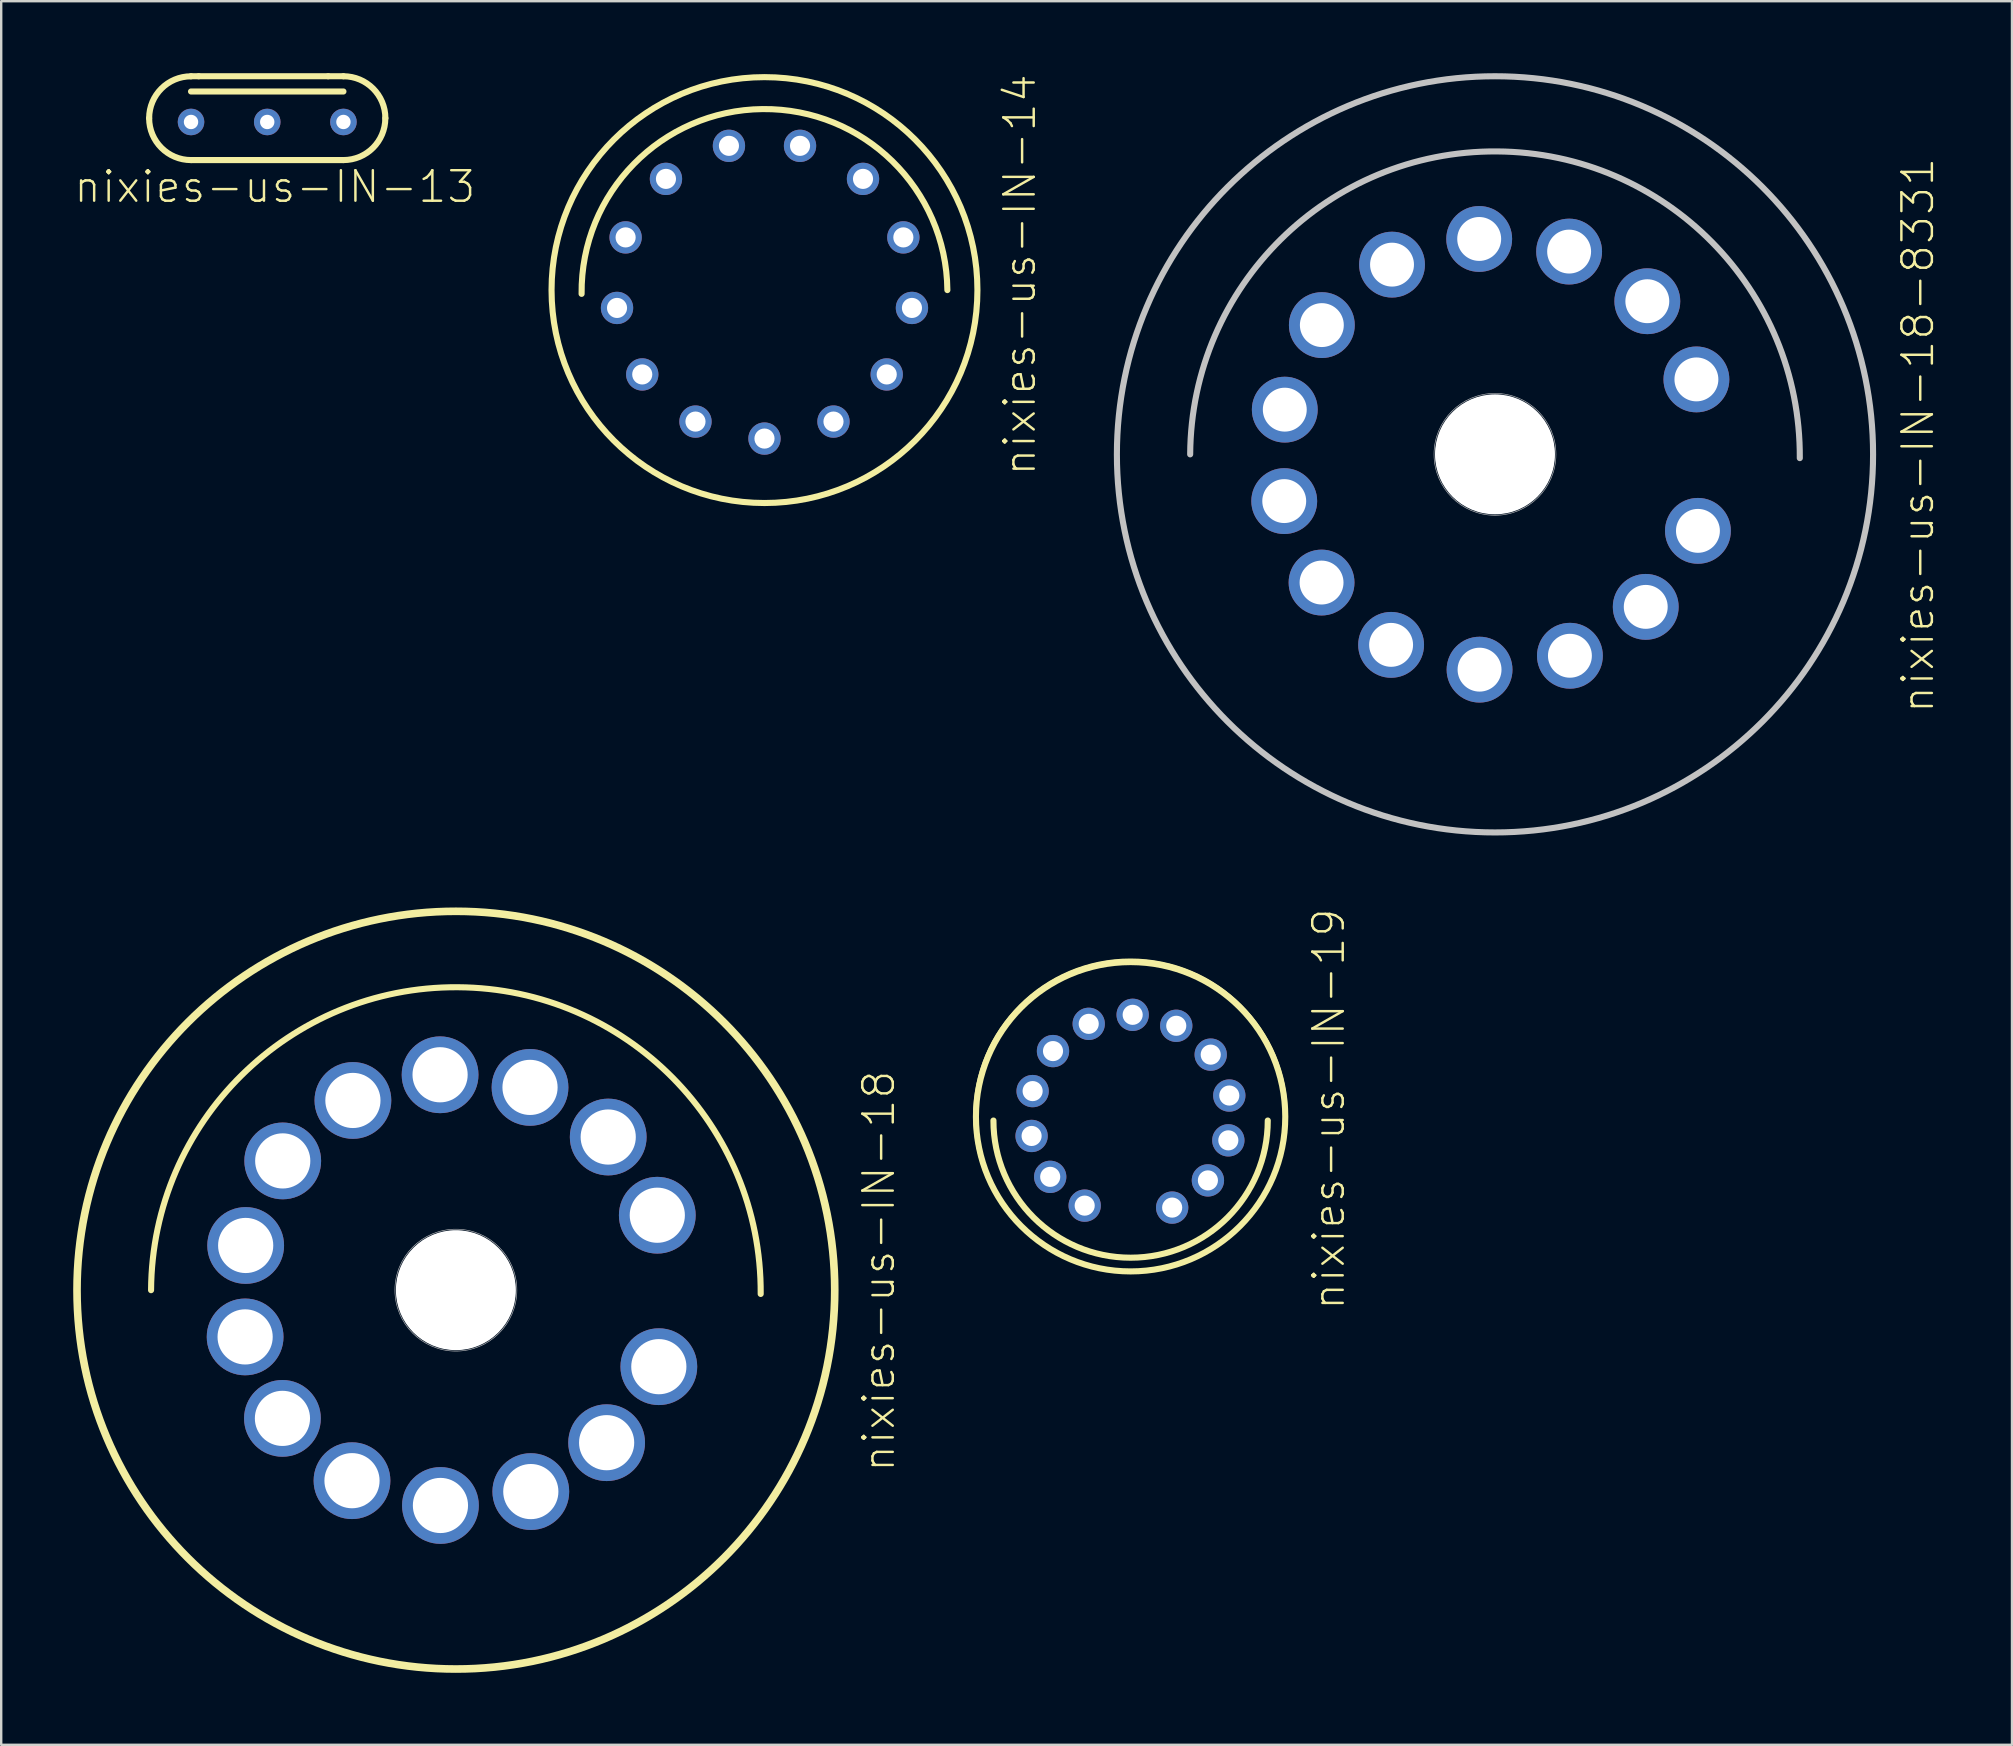
<source format=kicad_pcb>
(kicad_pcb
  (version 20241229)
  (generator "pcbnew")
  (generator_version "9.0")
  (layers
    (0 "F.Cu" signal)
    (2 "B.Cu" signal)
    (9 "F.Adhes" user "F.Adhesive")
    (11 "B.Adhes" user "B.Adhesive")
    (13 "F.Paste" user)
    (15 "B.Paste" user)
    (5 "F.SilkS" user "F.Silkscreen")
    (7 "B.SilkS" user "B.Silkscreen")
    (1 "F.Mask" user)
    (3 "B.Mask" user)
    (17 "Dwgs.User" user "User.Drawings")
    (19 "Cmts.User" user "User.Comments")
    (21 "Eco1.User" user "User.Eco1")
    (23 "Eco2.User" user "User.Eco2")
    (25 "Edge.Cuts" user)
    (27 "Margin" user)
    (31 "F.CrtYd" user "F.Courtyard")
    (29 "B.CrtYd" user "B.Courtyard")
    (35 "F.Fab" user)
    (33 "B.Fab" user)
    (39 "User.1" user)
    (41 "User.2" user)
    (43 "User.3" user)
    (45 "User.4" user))
  (footprint "nixies-us-IN-13"
    (layer "F.Cu")
    (at 4.909 2.032)
    (property "Reference" "nixies-us-IN-13" (at 3.493 2.697 0) (layer "F.SilkS") (effects (font (size 1.27 1.27) (thickness 0.102))))
    (attr exclude_from_pos_files exclude_from_bom)
    (fp_line (start 0 -1.27) (end 6.35 -1.27) (stroke (width 0.254) (type solid)) (layer "F.SilkS"))
    (fp_line (start 0 1.587) (end 6.35 1.587) (stroke (width 0.254) (type solid)) (layer "F.SilkS"))
    (fp_line (start 0.318 -1.905) (end 0 -1.905) (stroke (width 0.127) (type solid)) (layer "F.SilkS"))
    (fp_line (start 0.318 -1.905) (end 0 -1.905) (stroke (width 0.254) (type solid)) (layer "F.SilkS"))
    (fp_line (start 5.715 -1.905) (end 0.318 -1.905) (stroke (width 0.254) (type solid)) (layer "F.SilkS"))
    (fp_line (start 6.35 -1.905) (end 5.715 -1.905) (stroke (width 0.127) (type solid)) (layer "F.SilkS"))
    (fp_line (start 6.35 -1.905) (end 5.715 -1.905) (stroke (width 0.254) (type solid)) (layer "F.SilkS"))
    (fp_arc (start -1.74498 -0.15748) (mid -1.233887 -1.391367) (end 0 -1.90246) (stroke (width 0.254) (type solid)) (layer "F.SilkS"))
    (fp_arc (start 0 1.5875) (mid -1.233887 1.076407) (end -1.74498 -0.15748) (stroke (width 0.254) (type solid)) (layer "F.SilkS"))
    (fp_arc (start 0 1.5875) (mid -1.74498 -0.15748) (end 0 -1.90246) (stroke (width 0.127) (type solid)) (layer "F.SilkS"))
    (fp_arc (start 6.35 -1.905) (mid 8.09752 -0.15748) (end 6.35 1.59004) (stroke (width 0.127) (type solid)) (layer "F.SilkS"))
    (fp_arc (start 6.35 -1.905) (mid 7.585683 -1.393163) (end 8.09752 -0.15748) (stroke (width 0.254) (type solid)) (layer "F.SilkS"))
    (fp_arc (start 8.09498 -0.15748) (mid 7.583887 1.076407) (end 6.35 1.5875) (stroke (width 0.254) (type solid)) (layer "F.SilkS"))
    (pad "A" thru_hole circle (at 0 0) (size 1.107 1.107) (drill 0.599) (layers "*.Cu" "*.Mask"))
    (pad "K" thru_hole circle (at 3.175 0) (size 1.107 1.107) (drill 0.599) (layers "*.Cu" "*.Mask"))
    (pad "K2" thru_hole circle (at 6.35 0) (size 1.107 1.107) (drill 0.599) (layers "*.Cu" "*.Mask")))
  (footprint "nixies-us-IN-18-8331"
    (layer "F.Cu")
    (at 59.238 15.88)
    (property "Reference" "nixies-us-IN-18-8331" (at 17.62 -0.792 90) (layer "F.SilkS") (effects (font (size 1.27 1.27) (thickness 0.102))))
    (attr exclude_from_pos_files exclude_from_bom)
    (fp_circle (center 0 0) (end 0 -2.54) (stroke (width 0.025) (type solid)) (fill no) (layer "F.Mask"))
    (fp_circle (center 0 0) (end 0 -1.27) (stroke (width 2.54) (type solid)) (fill no) (layer "F.Mask"))
    (fp_circle (center 0 0) (end 0 -1.27) (stroke (width 2.54) (type solid)) (fill no) (layer "B.Mask"))
    (fp_arc (start -12.7 0) (mid 0.07874 -12.62126) (end 12.7 0.15748) (stroke (width 0.254) (type solid)) (layer "Dwgs.User"))
    (fp_circle (center 0 0) (end 0 -15.753) (stroke (width 0.254) (type solid)) (fill no) (layer "Dwgs.User"))
    (fp_circle (center 0 0) (end 0 -2.54) (stroke (width 0.025) (type solid)) (fill no) (layer "Dwgs.User"))
    (pad "" np_thru_hole circle (at 0 0) (size 4.999 4.999) (drill 4.999) (layers "*.Cu" "*.Mask"))
    (pad "0" thru_hole circle (at 6.281 6.355) (size 2.743 2.743) (drill 1.829) (layers "*.Cu" "*.Mask"))
    (pad "1" thru_hole circle (at -0.643 8.971) (size 2.743 2.743) (drill 1.829) (layers "*.Cu" "*.Mask"))
    (pad "2" thru_hole circle (at -4.328 7.938) (size 2.743 2.743) (drill 1.829) (layers "*.Cu" "*.Mask"))
    (pad "3" thru_hole circle (at -8.758 -1.862) (size 2.743 2.743) (drill 1.829) (layers "*.Cu" "*.Mask"))
    (pad "4" thru_hole circle (at 6.347 -6.38) (size 2.743 2.743) (drill 1.829) (layers "*.Cu" "*.Mask"))
    (pad "5" thru_hole circle (at 3.089 -8.448) (size 2.743 2.743) (drill 1.829) (layers "*.Cu" "*.Mask"))
    (pad "6" thru_hole circle (at -4.29 -7.904) (size 2.743 2.743) (drill 1.829) (layers "*.Cu" "*.Mask"))
    (pad "7" thru_hole circle (at -7.214 -5.385) (size 2.743 2.743) (drill 1.829) (layers "*.Cu" "*.Mask"))
    (pad "8" thru_hole circle (at -7.226 5.342) (size 2.743 2.743) (drill 1.829) (layers "*.Cu" "*.Mask"))
    (pad "9" thru_hole circle (at 8.456 3.188) (size 2.743 2.743) (drill 1.829) (layers "*.Cu" "*.Mask"))
    (pad "A" thru_hole circle (at -0.658 -8.974) (size 2.743 2.743) (drill 1.829) (layers "*.Cu" "*.Mask"))
    (pad "A2" thru_hole circle (at 3.122 8.392) (size 2.743 2.743) (drill 1.829) (layers "*.Cu" "*.Mask"))
    (pad "N/C" thru_hole circle (at 8.392 -3.122) (size 2.743 2.743) (drill 1.829) (layers "*.Cu" "*.Mask"))
    (pad "N/C2" thru_hole circle (at -8.781 1.948) (size 2.743 2.743) (drill 1.829) (layers "*.Cu" "*.Mask")))
  (footprint "nixies-us-IN-18"
    (layer "F.Cu")
    (at 15.944 50.704)
    (property "Reference" "nixies-us-IN-18" (at 17.62 -0.792 90) (layer "F.SilkS") (effects (font (size 1.27 1.27) (thickness 0.102))))
    (attr exclude_from_pos_files exclude_from_bom)
    (fp_circle (center 0 0) (end 0 -2.54) (stroke (width 0.025) (type solid)) (fill no) (layer "F.Mask"))
    (fp_circle (center 0 0) (end 0 -1.27) (stroke (width 2.54) (type solid)) (fill no) (layer "F.Mask"))
    (fp_circle (center 0 0) (end 0 -1.27) (stroke (width 2.54) (type solid)) (fill no) (layer "B.Mask"))
    (fp_arc (start -12.7 0) (mid 0.07874 -12.62126) (end 12.7 0.15748) (stroke (width 0.254) (type solid)) (layer "F.SilkS"))
    (fp_circle (center 0 0) (end 0 -15.817) (stroke (width 0.254) (type solid)) (fill no) (layer "F.SilkS"))
    (fp_circle (center 0 0) (end 0 -15.753) (stroke (width 0.254) (type solid)) (fill no) (layer "F.SilkS"))
    (fp_circle (center 0 0) (end 0 -2.54) (stroke (width 0.025) (type solid)) (fill no) (layer "Dwgs.User"))
    (pad "" np_thru_hole circle (at 0 0) (size 4.999 4.999) (drill 4.999) (layers "*.Cu" "*.Mask"))
    (pad "0" thru_hole circle (at 6.281 6.355) (size 3.198 3.198) (drill 2.299) (layers "*.Cu" "*.Mask"))
    (pad "1" thru_hole circle (at -0.643 8.971) (size 3.198 3.198) (drill 2.299) (layers "*.Cu" "*.Mask"))
    (pad "2" thru_hole circle (at -4.328 7.938) (size 3.198 3.198) (drill 2.299) (layers "*.Cu" "*.Mask"))
    (pad "3" thru_hole circle (at -8.758 -1.862) (size 3.198 3.198) (drill 2.299) (layers "*.Cu" "*.Mask"))
    (pad "4" thru_hole circle (at 6.347 -6.38) (size 3.198 3.198) (drill 2.299) (layers "*.Cu" "*.Mask"))
    (pad "5" thru_hole circle (at 3.089 -8.448) (size 3.198 3.198) (drill 2.299) (layers "*.Cu" "*.Mask"))
    (pad "6" thru_hole circle (at -4.29 -7.904) (size 3.198 3.198) (drill 2.299) (layers "*.Cu" "*.Mask"))
    (pad "7" thru_hole circle (at -7.214 -5.385) (size 3.198 3.198) (drill 2.299) (layers "*.Cu" "*.Mask"))
    (pad "8" thru_hole circle (at -7.226 5.342) (size 3.198 3.198) (drill 2.299) (layers "*.Cu" "*.Mask"))
    (pad "9" thru_hole circle (at 8.456 3.188) (size 3.198 3.198) (drill 2.299) (layers "*.Cu" "*.Mask"))
    (pad "A" thru_hole circle (at -0.658 -8.974) (size 3.198 3.198) (drill 2.299) (layers "*.Cu" "*.Mask"))
    (pad "A2" thru_hole circle (at 3.122 8.392) (size 3.198 3.198) (drill 2.299) (layers "*.Cu" "*.Mask"))
    (pad "N/C" thru_hole circle (at 8.392 -3.122) (size 3.198 3.198) (drill 2.299) (layers "*.Cu" "*.Mask"))
    (pad "N/C2" thru_hole circle (at -8.781 1.948) (size 3.198 3.198) (drill 2.299) (layers "*.Cu" "*.Mask")))
  (footprint "nixies-us-IN-19"
    (layer "F.Cu")
    (at 44.056 43.479)
    (property "Reference" "nixies-us-IN-19" (at 8.255 -0.318 90) (layer "F.SilkS") (effects (font (size 1.27 1.27) (thickness 0.102))))
    (attr exclude_from_pos_files exclude_from_bom)
    (fp_arc (start 5.715 0.15748) (mid 0 5.87248) (end -5.715 0.15748) (stroke (width 0.15748) (type solid)) (layer "F.SilkS"))
    (fp_arc (start 5.715 0.15748) (mid 0 5.87248) (end -5.715 0.15748) (stroke (width 0.254) (type solid)) (layer "F.SilkS"))
    (fp_circle (center -0.005 -0.041) (end -0.005 -6.515) (stroke (width 0.157) (type solid)) (fill no) (layer "F.SilkS"))
    (fp_circle (center 0 0) (end 0 -6.444) (stroke (width 0.254) (type solid)) (fill no) (layer "F.SilkS"))
    (pad "2" thru_hole circle (at 1.732 3.785) (size 1.346 1.346) (drill 0.838) (layers "*.Cu" "*.Mask"))
    (pad "3" thru_hole circle (at 3.221 2.652) (size 1.346 1.346) (drill 0.838) (layers "*.Cu" "*.Mask"))
    (pad "4" thru_hole circle (at 4.072 0.983) (size 1.346 1.346) (drill 0.838) (layers "*.Cu" "*.Mask"))
    (pad "5" thru_hole circle (at 4.112 -0.884) (size 1.346 1.346) (drill 0.838) (layers "*.Cu" "*.Mask"))
    (pad "6" thru_hole circle (at 3.338 -2.588) (size 1.346 1.346) (drill 0.838) (layers "*.Cu" "*.Mask"))
    (pad "7" thru_hole circle (at 1.902 -3.79) (size 1.346 1.346) (drill 0.838) (layers "*.Cu" "*.Mask"))
    (pad "8" thru_hole circle (at 0.086 -4.247) (size 1.346 1.346) (drill 0.838) (layers "*.Cu" "*.Mask"))
    (pad "9" thru_hole circle (at -1.745 -3.871) (size 1.346 1.346) (drill 0.838) (layers "*.Cu" "*.Mask"))
    (pad "10" thru_hole circle (at -3.233 -2.736) (size 1.346 1.346) (drill 0.838) (layers "*.Cu" "*.Mask"))
    (pad "11" thru_hole circle (at -4.082 -1.069) (size 1.346 1.346) (drill 0.838) (layers "*.Cu" "*.Mask"))
    (pad "12" thru_hole circle (at -4.125 0.8) (size 1.346 1.346) (drill 0.838) (layers "*.Cu" "*.Mask"))
    (pad "13" thru_hole circle (at -3.35 2.504) (size 1.346 1.346) (drill 0.838) (layers "*.Cu" "*.Mask"))
    (pad "14" thru_hole circle (at -1.913 3.703) (size 1.346 1.346) (drill 0.838) (layers "*.Cu" "*.Mask")))
  (footprint "nixies-us-IN-14"
    (layer "F.Cu")
    (at 28.802 9.036)
    (property "Reference" "nixies-us-IN-14" (at 10.635 -0.635 90) (layer "F.SilkS") (effects (font (size 1.27 1.27) (thickness 0.102))))
    (attr exclude_from_pos_files exclude_from_bom)
    (fp_arc (start -7.62 0.15748) (mid -0.07874 -7.54126) (end 7.62 0) (stroke (width 0.254) (type solid)) (layer "F.SilkS"))
    (fp_circle (center 0 0) (end 0 -8.872) (stroke (width 0.254) (type solid)) (fill no) (layer "F.SilkS"))
    (pad "0" thru_hole circle (at -5.093 3.515) (size 1.346 1.346) (drill 0.838) (layers "*.Cu" "*.Mask"))
    (pad "1" thru_hole circle (at 5.093 3.515) (size 1.346 1.346) (drill 0.838) (layers "*.Cu" "*.Mask"))
    (pad "2" thru_hole circle (at 6.144 0.744) (size 1.346 1.346) (drill 0.838) (layers "*.Cu" "*.Mask"))
    (pad "3" thru_hole circle (at 5.786 -2.195) (size 1.346 1.346) (drill 0.838) (layers "*.Cu" "*.Mask"))
    (pad "4" thru_hole circle (at 4.105 -4.633) (size 1.346 1.346) (drill 0.838) (layers "*.Cu" "*.Mask"))
    (pad "5" thru_hole circle (at 1.481 -6.01) (size 1.346 1.346) (drill 0.838) (layers "*.Cu" "*.Mask"))
    (pad "6" thru_hole circle (at -1.481 -6.01) (size 1.346 1.346) (drill 0.838) (layers "*.Cu" "*.Mask"))
    (pad "7" thru_hole circle (at -4.105 -4.633) (size 1.346 1.346) (drill 0.838) (layers "*.Cu" "*.Mask"))
    (pad "8" thru_hole circle (at -5.786 -2.195) (size 1.346 1.346) (drill 0.838) (layers "*.Cu" "*.Mask"))
    (pad "9" thru_hole circle (at -6.144 0.744) (size 1.346 1.346) (drill 0.838) (layers "*.Cu" "*.Mask"))
    (pad "A" thru_hole circle (at 0 6.187) (size 1.346 1.346) (drill 0.838) (layers "*.Cu" "*.Mask"))
    (pad "LHDP" thru_hole circle (at 2.875 5.479) (size 1.346 1.346) (drill 0.838) (layers "*.Cu" "*.Mask"))
    (pad "RHDP" thru_hole circle (at -2.875 5.479) (size 1.346 1.346) (drill 0.838) (layers "*.Cu" "*.Mask")))
  (gr_rect
    (start -3 -3)
    (end 80.779 69.647)
    (stroke (width 0.1) (type default))
    (fill no)
    (layer "Edge.Cuts")))
</source>
